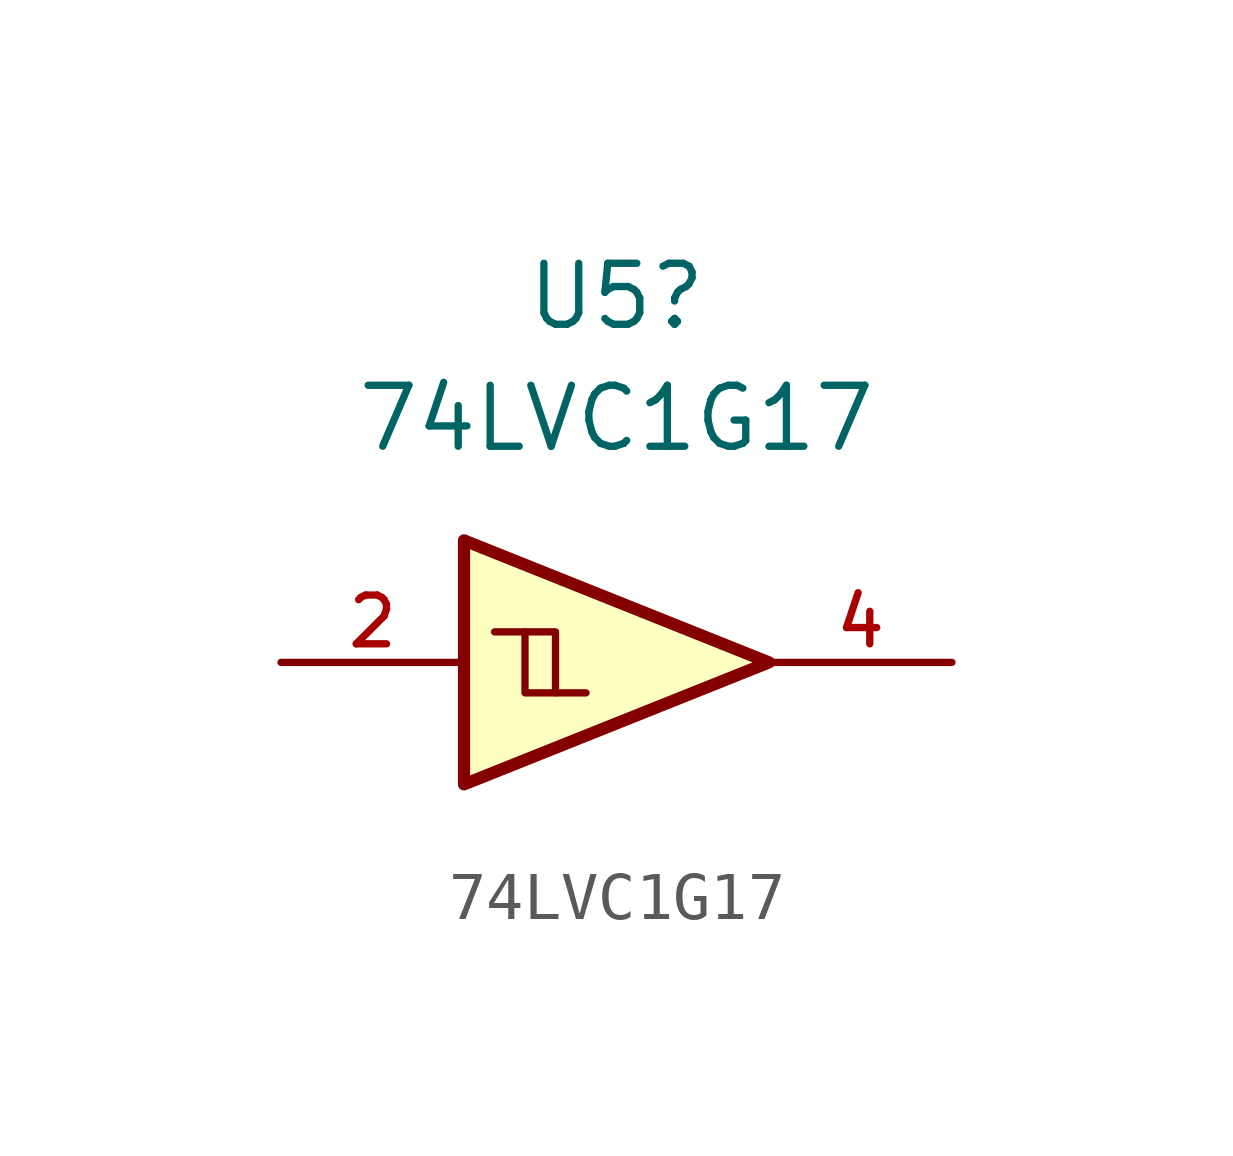
<source format=kicad_sym>
(kicad_symbol_lib
  (version 20211014)
  (generator kicad_symbol_editor)
  (symbol "74LVC1G17"
    (pin_names
      (offset 1.016))
    (property "Reference" "U5"
      (at -0.635 7.62 0)
      (effects (font (size 1.27 1.27))))
    (property "Value" "74LVC1G17"
      (at -0.635 5.08 0)
      (effects (font (size 1.27 1.27))))
    (symbol "74LVC1G17_0_1"
      (polyline (pts (xy -2.54 0.635) (xy -1.905 0.635) (xy -1.905 -0.635)) (stroke (width 0) (type default) (color 0 0 0 0)) (fill (type none)))
      (polyline (pts (xy -3.81 2.54) (xy -3.81 -2.54) (xy 2.54 0) (xy -3.81 2.54)) (stroke (width 0.254) (type default) (color 0 0 0 0)) (fill (type background)))
      (polyline (pts (xy -3.175 0.635) (xy -2.54 0.635) (xy -2.54 -0.635) (xy -1.27 -0.635)) (stroke (width 0) (type default) (color 0 0 0 0)) (fill (type none))))
    (symbol "74LVC1G17_1_1"
      (pin input line (at -7.62 0 0) (length 3.81) (name "~" (effects (font (size 1.016 1.016)))) (number "2" (effects (font (size 1.016 1.016)))))
      (pin power_in line (at 0 -2.54 270) (length 0) hide (name "GND" (effects (font (size 1.016 1.016)))) (number "3" (effects (font (size 1.016 1.016)))))
      (pin output line (at 6.35 0 180) (length 3.81) (name "~" (effects (font (size 1.016 1.016)))) (number "4" (effects (font (size 1.016 1.016)))))
      (pin power_in line (at 0 2.54 90) (length 0) hide (name "VCC" (effects (font (size 1.016 1.016)))) (number "5" (effects (font (size 1.016 1.016))))))))
</source>
